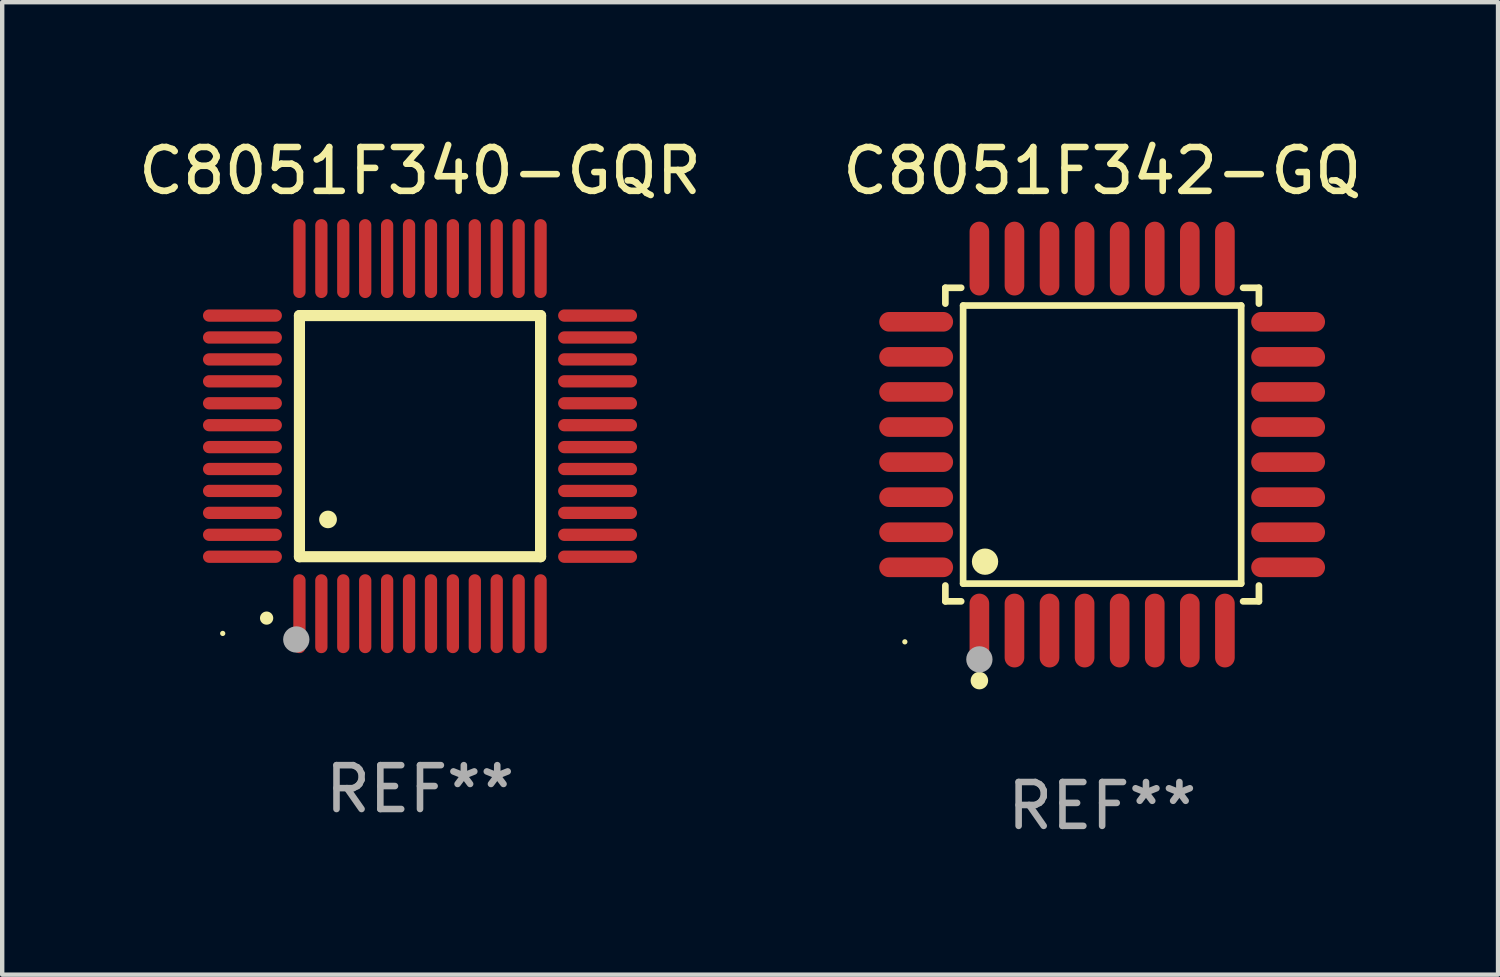
<source format=kicad_pcb>
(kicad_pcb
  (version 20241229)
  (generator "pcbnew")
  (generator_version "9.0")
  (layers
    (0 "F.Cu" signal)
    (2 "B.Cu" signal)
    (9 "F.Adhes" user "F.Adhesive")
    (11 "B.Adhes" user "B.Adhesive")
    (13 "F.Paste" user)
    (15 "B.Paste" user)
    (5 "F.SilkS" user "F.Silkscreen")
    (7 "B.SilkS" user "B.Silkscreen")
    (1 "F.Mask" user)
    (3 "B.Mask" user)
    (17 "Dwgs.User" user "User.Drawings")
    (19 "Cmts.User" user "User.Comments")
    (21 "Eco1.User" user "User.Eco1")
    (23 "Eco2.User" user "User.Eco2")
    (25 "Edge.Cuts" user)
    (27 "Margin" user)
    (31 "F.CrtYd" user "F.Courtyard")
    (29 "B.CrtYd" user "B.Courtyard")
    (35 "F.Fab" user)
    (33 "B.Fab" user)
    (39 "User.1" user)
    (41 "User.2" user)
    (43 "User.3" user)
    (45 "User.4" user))
  (footprint "C8051F340-GQR"
    (layer "F.Cu")
    (at 6.53 6.898)
    (property "Reference" "C8051F340-GQR" (at 0 -6.05 0) (layer "F.SilkS") (effects (font (size 1 1) (thickness 0.15))))
    (attr through_hole)
    (fp_line (start -2.75 -2.75) (end 2.75 -2.75) (stroke (width 0.254) (type solid)) (layer "F.SilkS"))
    (fp_line (start -2.75 2.75) (end -2.75 -2.75) (stroke (width 0.254) (type solid)) (layer "F.SilkS"))
    (fp_line (start 2.75 -2.75) (end 2.75 2.75) (stroke (width 0.254) (type solid)) (layer "F.SilkS"))
    (fp_line (start 2.75 2.75) (end -2.75 2.75) (stroke (width 0.254) (type solid)) (layer "F.SilkS"))
    (fp_arc (start -3.500127 4.150368) (mid -3.498857 4.150363) (end -3.497587 4.150368) (stroke (width 0.3) (type solid)) (layer "F.SilkS"))
    (fp_arc (start -2.100584 1.899924) (mid -2.098044 1.899908) (end -2.095504 1.899924) (stroke (width 0.4) (type solid)) (layer "F.SilkS"))
    (fp_circle (center -4.5 4.5) (end -4.47 4.5) (stroke (width 0.06) (type solid)) (fill no) (layer "F.SilkS"))
    (fp_circle (center -2.822 4.638) (end -2.672 4.638) (stroke (width 0.3) (type solid)) (fill no) (layer "F.Fab"))
    (fp_text user "REF**" (at 0 8.05 0) (layer "F.Fab") (effects (font (size 1 1) (thickness 0.15))))
    (pad "1" smd oval (at -2.75 4.05) (size 0.28 1.8) (layers "F.Cu" "F.Mask" "F.Paste"))
    (pad "2" smd oval (at -2.25 4.05) (size 0.28 1.8) (layers "F.Cu" "F.Mask" "F.Paste"))
    (pad "3" smd oval (at -1.75 4.05) (size 0.28 1.8) (layers "F.Cu" "F.Mask" "F.Paste"))
    (pad "4" smd oval (at -1.25 4.05) (size 0.28 1.8) (layers "F.Cu" "F.Mask" "F.Paste"))
    (pad "5" smd oval (at -0.75 4.05) (size 0.28 1.8) (layers "F.Cu" "F.Mask" "F.Paste"))
    (pad "6" smd oval (at -0.25 4.05) (size 0.28 1.8) (layers "F.Cu" "F.Mask" "F.Paste"))
    (pad "7" smd oval (at 0.25 4.05) (size 0.28 1.8) (layers "F.Cu" "F.Mask" "F.Paste"))
    (pad "8" smd oval (at 0.75 4.05) (size 0.28 1.8) (layers "F.Cu" "F.Mask" "F.Paste"))
    (pad "9" smd oval (at 1.25 4.05) (size 0.28 1.8) (layers "F.Cu" "F.Mask" "F.Paste"))
    (pad "10" smd oval (at 1.75 4.05) (size 0.28 1.8) (layers "F.Cu" "F.Mask" "F.Paste"))
    (pad "11" smd oval (at 2.25 4.05) (size 0.28 1.8) (layers "F.Cu" "F.Mask" "F.Paste"))
    (pad "12" smd oval (at 2.75 4.05) (size 0.28 1.8) (layers "F.Cu" "F.Mask" "F.Paste"))
    (pad "13" smd oval (at 4.05 2.75) (size 1.8 0.28) (layers "F.Cu" "F.Mask" "F.Paste"))
    (pad "14" smd oval (at 4.05 2.25) (size 1.8 0.28) (layers "F.Cu" "F.Mask" "F.Paste"))
    (pad "15" smd oval (at 4.05 1.75) (size 1.8 0.28) (layers "F.Cu" "F.Mask" "F.Paste"))
    (pad "16" smd oval (at 4.05 1.25) (size 1.8 0.28) (layers "F.Cu" "F.Mask" "F.Paste"))
    (pad "17" smd oval (at 4.05 0.75) (size 1.8 0.28) (layers "F.Cu" "F.Mask" "F.Paste"))
    (pad "18" smd oval (at 4.05 0.25) (size 1.8 0.28) (layers "F.Cu" "F.Mask" "F.Paste"))
    (pad "19" smd oval (at 4.05 -0.25) (size 1.8 0.28) (layers "F.Cu" "F.Mask" "F.Paste"))
    (pad "20" smd oval (at 4.05 -0.75) (size 1.8 0.28) (layers "F.Cu" "F.Mask" "F.Paste"))
    (pad "21" smd oval (at 4.05 -1.25) (size 1.8 0.28) (layers "F.Cu" "F.Mask" "F.Paste"))
    (pad "22" smd oval (at 4.05 -1.75) (size 1.8 0.28) (layers "F.Cu" "F.Mask" "F.Paste"))
    (pad "23" smd oval (at 4.05 -2.25) (size 1.8 0.28) (layers "F.Cu" "F.Mask" "F.Paste"))
    (pad "24" smd oval (at 4.05 -2.75) (size 1.8 0.28) (layers "F.Cu" "F.Mask" "F.Paste"))
    (pad "25" smd oval (at 2.75 -4.05) (size 0.28 1.8) (layers "F.Cu" "F.Mask" "F.Paste"))
    (pad "26" smd oval (at 2.25 -4.05) (size 0.28 1.8) (layers "F.Cu" "F.Mask" "F.Paste"))
    (pad "27" smd oval (at 1.75 -4.05) (size 0.28 1.8) (layers "F.Cu" "F.Mask" "F.Paste"))
    (pad "28" smd oval (at 1.25 -4.05) (size 0.28 1.8) (layers "F.Cu" "F.Mask" "F.Paste"))
    (pad "29" smd oval (at 0.75 -4.05) (size 0.28 1.8) (layers "F.Cu" "F.Mask" "F.Paste"))
    (pad "30" smd oval (at 0.25 -4.05) (size 0.28 1.8) (layers "F.Cu" "F.Mask" "F.Paste"))
    (pad "31" smd oval (at -0.25 -4.05) (size 0.28 1.8) (layers "F.Cu" "F.Mask" "F.Paste"))
    (pad "32" smd oval (at -0.75 -4.05) (size 0.28 1.8) (layers "F.Cu" "F.Mask" "F.Paste"))
    (pad "33" smd oval (at -1.25 -4.05) (size 0.28 1.8) (layers "F.Cu" "F.Mask" "F.Paste"))
    (pad "34" smd oval (at -1.75 -4.05) (size 0.28 1.8) (layers "F.Cu" "F.Mask" "F.Paste"))
    (pad "35" smd oval (at -2.25 -4.05) (size 0.28 1.8) (layers "F.Cu" "F.Mask" "F.Paste"))
    (pad "36" smd oval (at -2.75 -4.05) (size 0.28 1.8) (layers "F.Cu" "F.Mask" "F.Paste"))
    (pad "37" smd oval (at -4.05 -2.75) (size 1.8 0.28) (layers "F.Cu" "F.Mask" "F.Paste"))
    (pad "38" smd oval (at -4.05 -2.25) (size 1.8 0.28) (layers "F.Cu" "F.Mask" "F.Paste"))
    (pad "39" smd oval (at -4.05 -1.75) (size 1.8 0.28) (layers "F.Cu" "F.Mask" "F.Paste"))
    (pad "40" smd oval (at -4.05 -1.25) (size 1.8 0.28) (layers "F.Cu" "F.Mask" "F.Paste"))
    (pad "41" smd oval (at -4.05 -0.75) (size 1.8 0.28) (layers "F.Cu" "F.Mask" "F.Paste"))
    (pad "42" smd oval (at -4.05 -0.25) (size 1.8 0.28) (layers "F.Cu" "F.Mask" "F.Paste"))
    (pad "43" smd oval (at -4.05 0.25) (size 1.8 0.28) (layers "F.Cu" "F.Mask" "F.Paste"))
    (pad "44" smd oval (at -4.05 0.75) (size 1.8 0.28) (layers "F.Cu" "F.Mask" "F.Paste"))
    (pad "45" smd oval (at -4.05 1.25) (size 1.8 0.28) (layers "F.Cu" "F.Mask" "F.Paste"))
    (pad "46" smd oval (at -4.05 1.75) (size 1.8 0.28) (layers "F.Cu" "F.Mask" "F.Paste"))
    (pad "47" smd oval (at -4.05 2.25) (size 1.8 0.28) (layers "F.Cu" "F.Mask" "F.Paste"))
    (pad "48" smd oval (at -4.05 2.75) (size 1.8 0.28) (layers "F.Cu" "F.Mask" "F.Paste")))
  (footprint "C8051F342-GQ"
    (layer "F.Cu")
    (at 22.089 7.09)
    (property "Reference" "C8051F342-GQ" (at 0 -6.242 0) (layer "F.SilkS") (effects (font (size 1 1) (thickness 0.15))))
    (attr through_hole)
    (fp_line (start -3.576 -3.576) (end -3.215 -3.576) (stroke (width 0.152) (type solid)) (layer "F.SilkS"))
    (fp_line (start -3.576 -3.215) (end -3.576 -3.576) (stroke (width 0.152) (type solid)) (layer "F.SilkS"))
    (fp_line (start -3.576 3.215) (end -3.576 3.576) (stroke (width 0.152) (type solid)) (layer "F.SilkS"))
    (fp_line (start -3.576 3.576) (end -3.215 3.576) (stroke (width 0.152) (type solid)) (layer "F.SilkS"))
    (fp_line (start -3.171 -3.171) (end 3.171 -3.171) (stroke (width 0.152) (type solid)) (layer "F.SilkS"))
    (fp_line (start -3.171 3.171) (end -3.171 -3.171) (stroke (width 0.152) (type solid)) (layer "F.SilkS"))
    (fp_line (start 3.171 -3.171) (end 3.171 3.171) (stroke (width 0.152) (type solid)) (layer "F.SilkS"))
    (fp_line (start 3.171 3.171) (end -3.171 3.171) (stroke (width 0.152) (type solid)) (layer "F.SilkS"))
    (fp_line (start 3.576 -3.576) (end 3.215 -3.576) (stroke (width 0.152) (type solid)) (layer "F.SilkS"))
    (fp_line (start 3.576 -3.215) (end 3.576 -3.576) (stroke (width 0.152) (type solid)) (layer "F.SilkS"))
    (fp_line (start 3.576 3.215) (end 3.576 3.576) (stroke (width 0.152) (type solid)) (layer "F.SilkS"))
    (fp_line (start 3.576 3.576) (end 3.215 3.576) (stroke (width 0.152) (type solid)) (layer "F.SilkS"))
    (fp_circle (center -4.5 4.5) (end -4.47 4.5) (stroke (width 0.06) (type solid)) (fill no) (layer "F.SilkS"))
    (fp_circle (center -2.8 5.384) (end -2.7 5.384) (stroke (width 0.2) (type solid)) (fill no) (layer "F.SilkS"))
    (fp_circle (center -2.671 2.671) (end -2.521 2.671) (stroke (width 0.3) (type solid)) (fill no) (layer "F.SilkS"))
    (fp_circle (center -2.8 4.9) (end -2.65 4.9) (stroke (width 0.3) (type solid)) (fill no) (layer "F.Fab"))
    (fp_text user "REF**" (at 0 8.242 0) (layer "F.Fab") (effects (font (size 1 1) (thickness 0.15))))
    (pad "1" smd oval (at -2.8 4.242) (size 0.448 1.684) (layers "F.Cu" "F.Mask" "F.Paste"))
    (pad "2" smd oval (at -2 4.242) (size 0.448 1.684) (layers "F.Cu" "F.Mask" "F.Paste"))
    (pad "3" smd oval (at -1.2 4.242) (size 0.448 1.684) (layers "F.Cu" "F.Mask" "F.Paste"))
    (pad "4" smd oval (at -0.4 4.242) (size 0.448 1.684) (layers "F.Cu" "F.Mask" "F.Paste"))
    (pad "5" smd oval (at 0.4 4.242) (size 0.448 1.684) (layers "F.Cu" "F.Mask" "F.Paste"))
    (pad "6" smd oval (at 1.2 4.242) (size 0.448 1.684) (layers "F.Cu" "F.Mask" "F.Paste"))
    (pad "7" smd oval (at 2 4.242) (size 0.448 1.684) (layers "F.Cu" "F.Mask" "F.Paste"))
    (pad "8" smd oval (at 2.8 4.242) (size 0.448 1.684) (layers "F.Cu" "F.Mask" "F.Paste"))
    (pad "9" smd oval (at 4.242 2.8) (size 1.684 0.448) (layers "F.Cu" "F.Mask" "F.Paste"))
    (pad "10" smd oval (at 4.242 2) (size 1.684 0.448) (layers "F.Cu" "F.Mask" "F.Paste"))
    (pad "11" smd oval (at 4.242 1.2) (size 1.684 0.448) (layers "F.Cu" "F.Mask" "F.Paste"))
    (pad "12" smd oval (at 4.242 0.4) (size 1.684 0.448) (layers "F.Cu" "F.Mask" "F.Paste"))
    (pad "13" smd oval (at 4.242 -0.4) (size 1.684 0.448) (layers "F.Cu" "F.Mask" "F.Paste"))
    (pad "14" smd oval (at 4.242 -1.2) (size 1.684 0.448) (layers "F.Cu" "F.Mask" "F.Paste"))
    (pad "15" smd oval (at 4.242 -2) (size 1.684 0.448) (layers "F.Cu" "F.Mask" "F.Paste"))
    (pad "16" smd oval (at 4.242 -2.8) (size 1.684 0.448) (layers "F.Cu" "F.Mask" "F.Paste"))
    (pad "17" smd oval (at 2.8 -4.242) (size 0.448 1.684) (layers "F.Cu" "F.Mask" "F.Paste"))
    (pad "18" smd oval (at 2 -4.242) (size 0.448 1.684) (layers "F.Cu" "F.Mask" "F.Paste"))
    (pad "19" smd oval (at 1.2 -4.242) (size 0.448 1.684) (layers "F.Cu" "F.Mask" "F.Paste"))
    (pad "20" smd oval (at 0.4 -4.242) (size 0.448 1.684) (layers "F.Cu" "F.Mask" "F.Paste"))
    (pad "21" smd oval (at -0.4 -4.242) (size 0.448 1.684) (layers "F.Cu" "F.Mask" "F.Paste"))
    (pad "22" smd oval (at -1.2 -4.242) (size 0.448 1.684) (layers "F.Cu" "F.Mask" "F.Paste"))
    (pad "23" smd oval (at -2 -4.242) (size 0.448 1.684) (layers "F.Cu" "F.Mask" "F.Paste"))
    (pad "24" smd oval (at -2.8 -4.242) (size 0.448 1.684) (layers "F.Cu" "F.Mask" "F.Paste"))
    (pad "25" smd oval (at -4.242 -2.8) (size 1.684 0.448) (layers "F.Cu" "F.Mask" "F.Paste"))
    (pad "26" smd oval (at -4.242 -2) (size 1.684 0.448) (layers "F.Cu" "F.Mask" "F.Paste"))
    (pad "27" smd oval (at -4.242 -1.2) (size 1.684 0.448) (layers "F.Cu" "F.Mask" "F.Paste"))
    (pad "28" smd oval (at -4.242 -0.4) (size 1.684 0.448) (layers "F.Cu" "F.Mask" "F.Paste"))
    (pad "29" smd oval (at -4.242 0.4) (size 1.684 0.448) (layers "F.Cu" "F.Mask" "F.Paste"))
    (pad "30" smd oval (at -4.242 1.2) (size 1.684 0.448) (layers "F.Cu" "F.Mask" "F.Paste"))
    (pad "31" smd oval (at -4.242 2) (size 1.684 0.448) (layers "F.Cu" "F.Mask" "F.Paste"))
    (pad "32" smd oval (at -4.242 2.8) (size 1.684 0.448) (layers "F.Cu" "F.Mask" "F.Paste")))
  (gr_rect
    (start -3 -3)
    (end 31.119 19.181)
    (stroke (width 0.1) (type default))
    (fill no)
    (layer "Edge.Cuts")))
</source>
